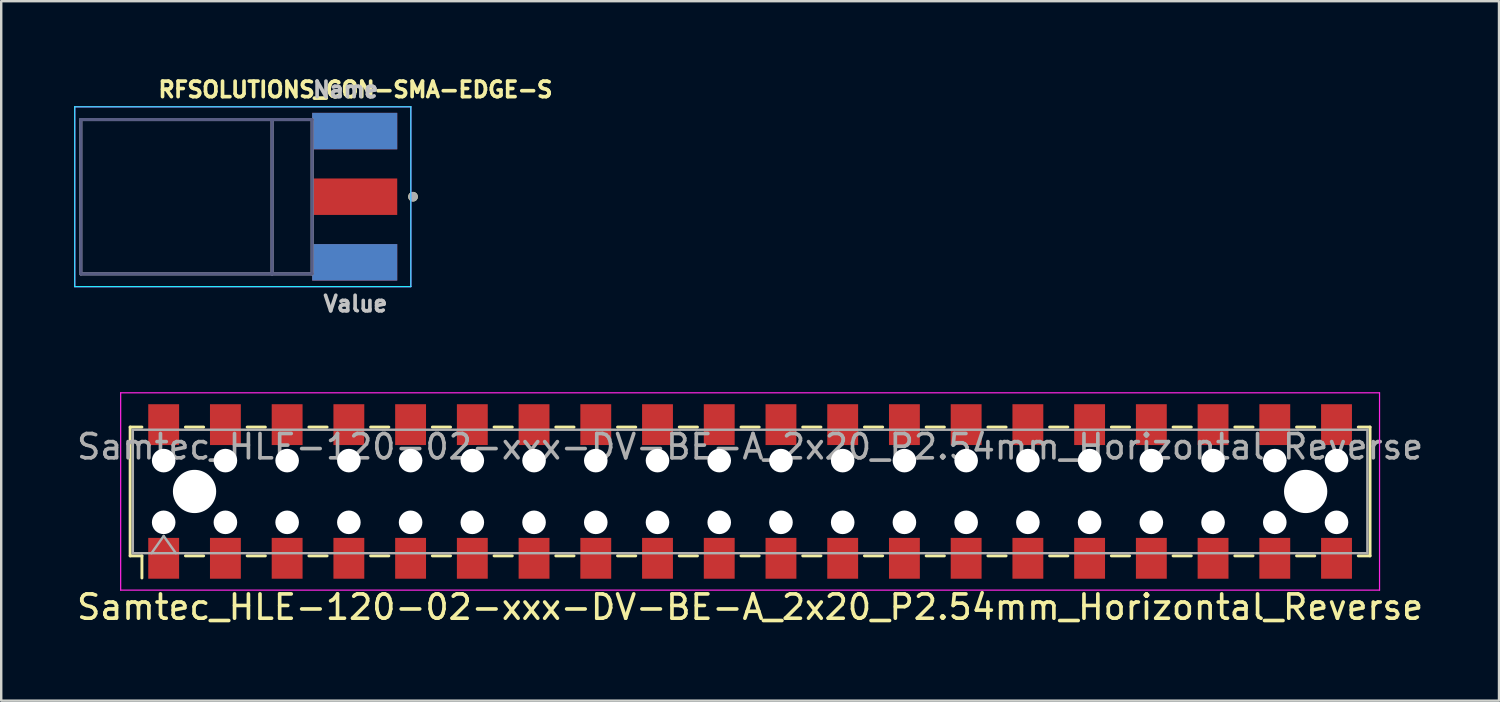
<source format=kicad_pcb>
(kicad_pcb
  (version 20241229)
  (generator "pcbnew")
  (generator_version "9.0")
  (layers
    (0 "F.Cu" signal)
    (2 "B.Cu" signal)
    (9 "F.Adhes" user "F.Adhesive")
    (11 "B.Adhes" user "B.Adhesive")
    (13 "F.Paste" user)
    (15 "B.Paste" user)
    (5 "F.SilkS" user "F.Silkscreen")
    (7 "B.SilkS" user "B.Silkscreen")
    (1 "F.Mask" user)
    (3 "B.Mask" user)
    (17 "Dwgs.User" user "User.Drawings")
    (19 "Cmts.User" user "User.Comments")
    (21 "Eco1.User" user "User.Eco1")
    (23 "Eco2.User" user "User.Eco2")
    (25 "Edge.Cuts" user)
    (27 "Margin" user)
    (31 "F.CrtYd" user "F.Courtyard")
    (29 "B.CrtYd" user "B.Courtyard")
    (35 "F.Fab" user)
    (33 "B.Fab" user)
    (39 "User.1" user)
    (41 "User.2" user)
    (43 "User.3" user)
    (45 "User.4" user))
  (footprint "RFSOLUTIONS_CON-SMA-EDGE-S"
    (layer "F.Cu")
    (at 11.545 5.044)
    (property "Reference" "RFSOLUTIONS_CON-SMA-EDGE-S" (at 0.032 -4.406 0) (layer "F.SilkS") (effects (font (size 0.64 0.64) (thickness 0.15))))
    (attr smd)
    (fp_circle (center 2.4 0) (end 2.5 0) (stroke (width 0.2) (type solid)) (fill no) (layer "F.SilkS"))
    (fp_line (start -11.52 -3.7) (end -11.52 3.7) (stroke (width 0.05) (type solid)) (layer "B.CrtYd"))
    (fp_line (start -11.52 3.7) (end 2.31 3.7) (stroke (width 0.05) (type solid)) (layer "B.CrtYd"))
    (fp_line (start 2.31 -3.7) (end -11.52 -3.7) (stroke (width 0.05) (type solid)) (layer "B.CrtYd"))
    (fp_line (start 2.31 3.7) (end 2.31 -3.7) (stroke (width 0.05) (type solid)) (layer "B.CrtYd"))
    (fp_line (start -11.52 -3.7) (end 2.31 -3.7) (stroke (width 0.05) (type solid)) (layer "F.CrtYd"))
    (fp_line (start -11.52 3.7) (end -11.52 -3.7) (stroke (width 0.05) (type solid)) (layer "F.CrtYd"))
    (fp_line (start 2.31 -3.7) (end 2.31 3.7) (stroke (width 0.05) (type solid)) (layer "F.CrtYd"))
    (fp_line (start 2.31 3.7) (end -11.52 3.7) (stroke (width 0.05) (type solid)) (layer "F.CrtYd"))
    (fp_line (start -11.27 -3.175) (end -3.4 -3.175) (stroke (width 0.127) (type solid)) (layer "B.Fab"))
    (fp_line (start -11.27 3.175) (end -11.27 -3.175) (stroke (width 0.127) (type solid)) (layer "B.Fab"))
    (fp_line (start -3.4 -3.175) (end -3.4 3.175) (stroke (width 0.127) (type solid)) (layer "B.Fab"))
    (fp_line (start -3.4 3.175) (end -11.27 3.175) (stroke (width 0.127) (type solid)) (layer "B.Fab"))
    (fp_line (start -3.4 3.175) (end -1.75 3.175) (stroke (width 0.127) (type solid)) (layer "B.Fab"))
    (fp_line (start -1.75 -3.175) (end -3.4 -3.175) (stroke (width 0.127) (type solid)) (layer "B.Fab"))
    (fp_line (start -1.75 3.175) (end -1.75 -3.175) (stroke (width 0.127) (type solid)) (layer "B.Fab"))
    (fp_line (start -11.27 -3.175) (end -11.27 3.175) (stroke (width 0.127) (type solid)) (layer "F.Fab"))
    (fp_line (start -11.27 3.175) (end -3.4 3.175) (stroke (width 0.127) (type solid)) (layer "F.Fab"))
    (fp_line (start -3.4 -3.175) (end -11.27 -3.175) (stroke (width 0.127) (type solid)) (layer "F.Fab"))
    (fp_line (start -3.4 -3.175) (end -1.75 -3.175) (stroke (width 0.127) (type solid)) (layer "F.Fab"))
    (fp_line (start -3.4 3.175) (end -3.4 -3.175) (stroke (width 0.127) (type solid)) (layer "F.Fab"))
    (fp_line (start -1.75 -3.175) (end -1.75 3.175) (stroke (width 0.127) (type solid)) (layer "F.Fab"))
    (fp_line (start -1.75 3.175) (end -3.4 3.175) (stroke (width 0.127) (type solid)) (layer "F.Fab"))
    (fp_circle (center 2.4 0) (end 2.5 0) (stroke (width 0.2) (type solid)) (fill no) (layer "F.Fab"))
    (fp_text user "Value" (at 0.032 4.406 0) (layer "Dwgs.User") (effects (font (size 0.64 0.64) (thickness 0.15))))
    (fp_text user "Name" (at -0.374 -4.406 0) (layer "Dwgs.User") (effects (font (size 0.64 0.64) (thickness 0.15))))
    (pad "1" smd rect (at 0 0) (size 3.5 1.5) (layers "F.Cu" "F.Mask" "F.Paste"))
    (pad "2" smd rect (at 0 -2.7) (size 3.5 1.5) (layers "F.Cu" "F.Mask" "F.Paste"))
    (pad "2" smd rect (at 0 -2.7) (size 3.5 1.5) (layers "B.Cu" "B.Mask" "B.Paste"))
    (pad "2" smd rect (at 0 2.7) (size 3.5 1.5) (layers "F.Cu" "F.Mask" "F.Paste"))
    (pad "2" smd rect (at 0 2.7) (size 3.5 1.5) (layers "B.Cu" "B.Mask" "B.Paste")))
  (footprint "Samtec_HLE-120-02-xxx-DV-BE-A_2x20_P2.54mm_Horizontal_Reverse"
    (layer "F.Cu")
    (at 27.815 17.173)
    (property "Reference" "Samtec_HLE-120-02-xxx-DV-BE-A_2x20_P2.54mm_Horizontal_Reverse" (at 0 4.76 180) (layer "F.SilkS") (effects (font (size 1 1) (thickness 0.15))))
    (attr smd)
    (fp_line (start -25.51 -2.65) (end -25.025 -2.65) (stroke (width 0.12) (type solid)) (layer "F.SilkS"))
    (fp_line (start -25.51 2.65) (end -25.51 -2.65) (stroke (width 0.12) (type solid)) (layer "F.SilkS"))
    (fp_line (start -25.025 2.65) (end -25.51 2.65) (stroke (width 0.12) (type solid)) (layer "F.SilkS"))
    (fp_line (start -25.025 3.56) (end -25.025 2.65) (stroke (width 0.12) (type solid)) (layer "F.SilkS"))
    (fp_line (start -23.235 -2.65) (end -22.485 -2.65) (stroke (width 0.12) (type solid)) (layer "F.SilkS"))
    (fp_line (start -23.235 2.65) (end -22.485 2.65) (stroke (width 0.12) (type solid)) (layer "F.SilkS"))
    (fp_line (start -20.695 -2.65) (end -19.945 -2.65) (stroke (width 0.12) (type solid)) (layer "F.SilkS"))
    (fp_line (start -20.695 2.65) (end -19.945 2.65) (stroke (width 0.12) (type solid)) (layer "F.SilkS"))
    (fp_line (start -18.155 -2.65) (end -17.405 -2.65) (stroke (width 0.12) (type solid)) (layer "F.SilkS"))
    (fp_line (start -18.155 2.65) (end -17.405 2.65) (stroke (width 0.12) (type solid)) (layer "F.SilkS"))
    (fp_line (start -15.615 -2.65) (end -14.865 -2.65) (stroke (width 0.12) (type solid)) (layer "F.SilkS"))
    (fp_line (start -15.615 2.65) (end -14.865 2.65) (stroke (width 0.12) (type solid)) (layer "F.SilkS"))
    (fp_line (start -13.075 -2.65) (end -12.325 -2.65) (stroke (width 0.12) (type solid)) (layer "F.SilkS"))
    (fp_line (start -13.075 2.65) (end -12.325 2.65) (stroke (width 0.12) (type solid)) (layer "F.SilkS"))
    (fp_line (start -10.535 -2.65) (end -9.785 -2.65) (stroke (width 0.12) (type solid)) (layer "F.SilkS"))
    (fp_line (start -10.535 2.65) (end -9.785 2.65) (stroke (width 0.12) (type solid)) (layer "F.SilkS"))
    (fp_line (start -7.995 -2.65) (end -7.245 -2.65) (stroke (width 0.12) (type solid)) (layer "F.SilkS"))
    (fp_line (start -7.995 2.65) (end -7.245 2.65) (stroke (width 0.12) (type solid)) (layer "F.SilkS"))
    (fp_line (start -5.455 -2.65) (end -4.705 -2.65) (stroke (width 0.12) (type solid)) (layer "F.SilkS"))
    (fp_line (start -5.455 2.65) (end -4.705 2.65) (stroke (width 0.12) (type solid)) (layer "F.SilkS"))
    (fp_line (start -2.915 -2.65) (end -2.165 -2.65) (stroke (width 0.12) (type solid)) (layer "F.SilkS"))
    (fp_line (start -2.915 2.65) (end -2.165 2.65) (stroke (width 0.12) (type solid)) (layer "F.SilkS"))
    (fp_line (start -0.375 -2.65) (end 0.375 -2.65) (stroke (width 0.12) (type solid)) (layer "F.SilkS"))
    (fp_line (start -0.375 2.65) (end 0.375 2.65) (stroke (width 0.12) (type solid)) (layer "F.SilkS"))
    (fp_line (start 2.165 -2.65) (end 2.915 -2.65) (stroke (width 0.12) (type solid)) (layer "F.SilkS"))
    (fp_line (start 2.165 2.65) (end 2.915 2.65) (stroke (width 0.12) (type solid)) (layer "F.SilkS"))
    (fp_line (start 4.705 -2.65) (end 5.455 -2.65) (stroke (width 0.12) (type solid)) (layer "F.SilkS"))
    (fp_line (start 4.705 2.65) (end 5.455 2.65) (stroke (width 0.12) (type solid)) (layer "F.SilkS"))
    (fp_line (start 7.245 -2.65) (end 7.995 -2.65) (stroke (width 0.12) (type solid)) (layer "F.SilkS"))
    (fp_line (start 7.245 2.65) (end 7.995 2.65) (stroke (width 0.12) (type solid)) (layer "F.SilkS"))
    (fp_line (start 9.785 -2.65) (end 10.535 -2.65) (stroke (width 0.12) (type solid)) (layer "F.SilkS"))
    (fp_line (start 9.785 2.65) (end 10.535 2.65) (stroke (width 0.12) (type solid)) (layer "F.SilkS"))
    (fp_line (start 12.325 -2.65) (end 13.075 -2.65) (stroke (width 0.12) (type solid)) (layer "F.SilkS"))
    (fp_line (start 12.325 2.65) (end 13.075 2.65) (stroke (width 0.12) (type solid)) (layer "F.SilkS"))
    (fp_line (start 14.865 -2.65) (end 15.615 -2.65) (stroke (width 0.12) (type solid)) (layer "F.SilkS"))
    (fp_line (start 14.865 2.65) (end 15.615 2.65) (stroke (width 0.12) (type solid)) (layer "F.SilkS"))
    (fp_line (start 17.405 -2.65) (end 18.155 -2.65) (stroke (width 0.12) (type solid)) (layer "F.SilkS"))
    (fp_line (start 17.405 2.65) (end 18.155 2.65) (stroke (width 0.12) (type solid)) (layer "F.SilkS"))
    (fp_line (start 19.945 -2.65) (end 20.695 -2.65) (stroke (width 0.12) (type solid)) (layer "F.SilkS"))
    (fp_line (start 19.945 2.65) (end 20.695 2.65) (stroke (width 0.12) (type solid)) (layer "F.SilkS"))
    (fp_line (start 22.485 -2.65) (end 23.235 -2.65) (stroke (width 0.12) (type solid)) (layer "F.SilkS"))
    (fp_line (start 22.485 2.65) (end 23.235 2.65) (stroke (width 0.12) (type solid)) (layer "F.SilkS"))
    (fp_line (start 25.025 2.65) (end 25.51 2.65) (stroke (width 0.12) (type solid)) (layer "F.SilkS"))
    (fp_line (start 25.51 -2.65) (end 25.025 -2.65) (stroke (width 0.12) (type solid)) (layer "F.SilkS"))
    (fp_line (start 25.51 2.65) (end 25.51 -2.65) (stroke (width 0.12) (type solid)) (layer "F.SilkS"))
    (fp_line (start -25.9 -4.06) (end -25.9 4.06) (stroke (width 0.05) (type solid)) (layer "F.CrtYd"))
    (fp_line (start -25.9 4.06) (end 25.9 4.06) (stroke (width 0.05) (type solid)) (layer "F.CrtYd"))
    (fp_line (start 25.9 -4.06) (end -25.9 -4.06) (stroke (width 0.05) (type solid)) (layer "F.CrtYd"))
    (fp_line (start 25.9 4.06) (end 25.9 -4.06) (stroke (width 0.05) (type solid)) (layer "F.CrtYd"))
    (fp_line (start -25.4 -2.54) (end -25.4 2.54) (stroke (width 0.1) (type solid)) (layer "F.Fab"))
    (fp_line (start -25.4 2.54) (end 25.4 2.54) (stroke (width 0.1) (type solid)) (layer "F.Fab"))
    (fp_line (start -24.63 2.54) (end -24.13 1.833) (stroke (width 0.1) (type solid)) (layer "F.Fab"))
    (fp_line (start -24.13 1.833) (end -23.63 2.54) (stroke (width 0.1) (type solid)) (layer "F.Fab"))
    (fp_line (start 25.4 -2.54) (end -25.4 -2.54) (stroke (width 0.1) (type solid)) (layer "F.Fab"))
    (fp_line (start 25.4 2.54) (end 25.4 -2.54) (stroke (width 0.1) (type solid)) (layer "F.Fab"))
    (fp_text user "${REFERENCE}" (at 0 -1.84 180) (layer "F.Fab") (effects (font (size 1 1) (thickness 0.15))))
    (pad "" np_thru_hole circle (at -24.13 -1.27 180) (size 0.97 0.97) (drill 0.97) (layers "*.Cu" "*.Mask"))
    (pad "" np_thru_hole circle (at -24.13 1.27 180) (size 0.97 0.97) (drill 0.97) (layers "*.Cu" "*.Mask"))
    (pad "" np_thru_hole circle (at -22.86 0 180) (size 1.78 1.78) (drill 1.78) (layers "*.Cu" "*.Mask"))
    (pad "" np_thru_hole circle (at -21.59 -1.27 180) (size 0.97 0.97) (drill 0.97) (layers "*.Cu" "*.Mask"))
    (pad "" np_thru_hole circle (at -21.59 1.27 180) (size 0.97 0.97) (drill 0.97) (layers "*.Cu" "*.Mask"))
    (pad "" np_thru_hole circle (at -19.05 -1.27 180) (size 0.97 0.97) (drill 0.97) (layers "*.Cu" "*.Mask"))
    (pad "" np_thru_hole circle (at -19.05 1.27 180) (size 0.97 0.97) (drill 0.97) (layers "*.Cu" "*.Mask"))
    (pad "" np_thru_hole circle (at -16.51 -1.27 180) (size 0.97 0.97) (drill 0.97) (layers "*.Cu" "*.Mask"))
    (pad "" np_thru_hole circle (at -16.51 1.27 180) (size 0.97 0.97) (drill 0.97) (layers "*.Cu" "*.Mask"))
    (pad "" np_thru_hole circle (at -13.97 -1.27 180) (size 0.97 0.97) (drill 0.97) (layers "*.Cu" "*.Mask"))
    (pad "" np_thru_hole circle (at -13.97 1.27 180) (size 0.97 0.97) (drill 0.97) (layers "*.Cu" "*.Mask"))
    (pad "" np_thru_hole circle (at -11.43 -1.27 180) (size 0.97 0.97) (drill 0.97) (layers "*.Cu" "*.Mask"))
    (pad "" np_thru_hole circle (at -11.43 1.27 180) (size 0.97 0.97) (drill 0.97) (layers "*.Cu" "*.Mask"))
    (pad "" np_thru_hole circle (at -8.89 -1.27 180) (size 0.97 0.97) (drill 0.97) (layers "*.Cu" "*.Mask"))
    (pad "" np_thru_hole circle (at -8.89 1.27 180) (size 0.97 0.97) (drill 0.97) (layers "*.Cu" "*.Mask"))
    (pad "" np_thru_hole circle (at -6.35 -1.27 180) (size 0.97 0.97) (drill 0.97) (layers "*.Cu" "*.Mask"))
    (pad "" np_thru_hole circle (at -6.35 1.27 180) (size 0.97 0.97) (drill 0.97) (layers "*.Cu" "*.Mask"))
    (pad "" np_thru_hole circle (at -3.81 -1.27 180) (size 0.97 0.97) (drill 0.97) (layers "*.Cu" "*.Mask"))
    (pad "" np_thru_hole circle (at -3.81 1.27 180) (size 0.97 0.97) (drill 0.97) (layers "*.Cu" "*.Mask"))
    (pad "" np_thru_hole circle (at -1.27 -1.27 180) (size 0.97 0.97) (drill 0.97) (layers "*.Cu" "*.Mask"))
    (pad "" np_thru_hole circle (at -1.27 1.27 180) (size 0.97 0.97) (drill 0.97) (layers "*.Cu" "*.Mask"))
    (pad "" np_thru_hole circle (at 1.27 -1.27 180) (size 0.97 0.97) (drill 0.97) (layers "*.Cu" "*.Mask"))
    (pad "" np_thru_hole circle (at 1.27 1.27 180) (size 0.97 0.97) (drill 0.97) (layers "*.Cu" "*.Mask"))
    (pad "" np_thru_hole circle (at 3.81 -1.27 180) (size 0.97 0.97) (drill 0.97) (layers "*.Cu" "*.Mask"))
    (pad "" np_thru_hole circle (at 3.81 1.27 180) (size 0.97 0.97) (drill 0.97) (layers "*.Cu" "*.Mask"))
    (pad "" np_thru_hole circle (at 6.35 -1.27 180) (size 0.97 0.97) (drill 0.97) (layers "*.Cu" "*.Mask"))
    (pad "" np_thru_hole circle (at 6.35 1.27 180) (size 0.97 0.97) (drill 0.97) (layers "*.Cu" "*.Mask"))
    (pad "" np_thru_hole circle (at 8.89 -1.27 180) (size 0.97 0.97) (drill 0.97) (layers "*.Cu" "*.Mask"))
    (pad "" np_thru_hole circle (at 8.89 1.27 180) (size 0.97 0.97) (drill 0.97) (layers "*.Cu" "*.Mask"))
    (pad "" np_thru_hole circle (at 11.43 -1.27 180) (size 0.97 0.97) (drill 0.97) (layers "*.Cu" "*.Mask"))
    (pad "" np_thru_hole circle (at 11.43 1.27 180) (size 0.97 0.97) (drill 0.97) (layers "*.Cu" "*.Mask"))
    (pad "" np_thru_hole circle (at 13.97 -1.27 180) (size 0.97 0.97) (drill 0.97) (layers "*.Cu" "*.Mask"))
    (pad "" np_thru_hole circle (at 13.97 1.27 180) (size 0.97 0.97) (drill 0.97) (layers "*.Cu" "*.Mask"))
    (pad "" np_thru_hole circle (at 16.51 -1.27 180) (size 0.97 0.97) (drill 0.97) (layers "*.Cu" "*.Mask"))
    (pad "" np_thru_hole circle (at 16.51 1.27 180) (size 0.97 0.97) (drill 0.97) (layers "*.Cu" "*.Mask"))
    (pad "" np_thru_hole circle (at 19.05 -1.27 180) (size 0.97 0.97) (drill 0.97) (layers "*.Cu" "*.Mask"))
    (pad "" np_thru_hole circle (at 19.05 1.27 180) (size 0.97 0.97) (drill 0.97) (layers "*.Cu" "*.Mask"))
    (pad "" np_thru_hole circle (at 21.59 -1.27 180) (size 0.97 0.97) (drill 0.97) (layers "*.Cu" "*.Mask"))
    (pad "" np_thru_hole circle (at 21.59 1.27 180) (size 0.97 0.97) (drill 0.97) (layers "*.Cu" "*.Mask"))
    (pad "" np_thru_hole circle (at 22.86 0 180) (size 1.78 1.78) (drill 1.78) (layers "*.Cu" "*.Mask"))
    (pad "" np_thru_hole circle (at 24.13 -1.27 180) (size 0.97 0.97) (drill 0.97) (layers "*.Cu" "*.Mask"))
    (pad "" np_thru_hole circle (at 24.13 1.27 180) (size 0.97 0.97) (drill 0.97) (layers "*.Cu" "*.Mask"))
    (pad "1" smd rect (at -24.13 2.75 180) (size 1.27 1.68) (layers "F.Cu" "F.Mask" "F.Paste"))
    (pad "2" smd rect (at -24.13 -2.75 180) (size 1.27 1.68) (layers "F.Cu" "F.Mask" "F.Paste"))
    (pad "3" smd rect (at -21.59 2.75 180) (size 1.27 1.68) (layers "F.Cu" "F.Mask" "F.Paste"))
    (pad "4" smd rect (at -21.59 -2.75 180) (size 1.27 1.68) (layers "F.Cu" "F.Mask" "F.Paste"))
    (pad "5" smd rect (at -19.05 2.75 180) (size 1.27 1.68) (layers "F.Cu" "F.Mask" "F.Paste"))
    (pad "6" smd rect (at -19.05 -2.75 180) (size 1.27 1.68) (layers "F.Cu" "F.Mask" "F.Paste"))
    (pad "7" smd rect (at -16.51 2.75 180) (size 1.27 1.68) (layers "F.Cu" "F.Mask" "F.Paste"))
    (pad "8" smd rect (at -16.51 -2.75 180) (size 1.27 1.68) (layers "F.Cu" "F.Mask" "F.Paste"))
    (pad "9" smd rect (at -13.97 2.75 180) (size 1.27 1.68) (layers "F.Cu" "F.Mask" "F.Paste"))
    (pad "10" smd rect (at -13.97 -2.75 180) (size 1.27 1.68) (layers "F.Cu" "F.Mask" "F.Paste"))
    (pad "11" smd rect (at -11.43 2.75 180) (size 1.27 1.68) (layers "F.Cu" "F.Mask" "F.Paste"))
    (pad "12" smd rect (at -11.43 -2.75 180) (size 1.27 1.68) (layers "F.Cu" "F.Mask" "F.Paste"))
    (pad "13" smd rect (at -8.89 2.75 180) (size 1.27 1.68) (layers "F.Cu" "F.Mask" "F.Paste"))
    (pad "14" smd rect (at -8.89 -2.75 180) (size 1.27 1.68) (layers "F.Cu" "F.Mask" "F.Paste"))
    (pad "15" smd rect (at -6.35 2.75 180) (size 1.27 1.68) (layers "F.Cu" "F.Mask" "F.Paste"))
    (pad "16" smd rect (at -6.35 -2.75 180) (size 1.27 1.68) (layers "F.Cu" "F.Mask" "F.Paste"))
    (pad "17" smd rect (at -3.81 2.75 180) (size 1.27 1.68) (layers "F.Cu" "F.Mask" "F.Paste"))
    (pad "18" smd rect (at -3.81 -2.75 180) (size 1.27 1.68) (layers "F.Cu" "F.Mask" "F.Paste"))
    (pad "19" smd rect (at -1.27 2.75 180) (size 1.27 1.68) (layers "F.Cu" "F.Mask" "F.Paste"))
    (pad "20" smd rect (at -1.27 -2.75 180) (size 1.27 1.68) (layers "F.Cu" "F.Mask" "F.Paste"))
    (pad "21" smd rect (at 1.27 2.75 180) (size 1.27 1.68) (layers "F.Cu" "F.Mask" "F.Paste"))
    (pad "22" smd rect (at 1.27 -2.75 180) (size 1.27 1.68) (layers "F.Cu" "F.Mask" "F.Paste"))
    (pad "23" smd rect (at 3.81 2.75 180) (size 1.27 1.68) (layers "F.Cu" "F.Mask" "F.Paste"))
    (pad "24" smd rect (at 3.81 -2.75 180) (size 1.27 1.68) (layers "F.Cu" "F.Mask" "F.Paste"))
    (pad "25" smd rect (at 6.35 2.75 180) (size 1.27 1.68) (layers "F.Cu" "F.Mask" "F.Paste"))
    (pad "26" smd rect (at 6.35 -2.75 180) (size 1.27 1.68) (layers "F.Cu" "F.Mask" "F.Paste"))
    (pad "27" smd rect (at 8.89 2.75 180) (size 1.27 1.68) (layers "F.Cu" "F.Mask" "F.Paste"))
    (pad "28" smd rect (at 8.89 -2.75 180) (size 1.27 1.68) (layers "F.Cu" "F.Mask" "F.Paste"))
    (pad "29" smd rect (at 11.43 2.75 180) (size 1.27 1.68) (layers "F.Cu" "F.Mask" "F.Paste"))
    (pad "30" smd rect (at 11.43 -2.75 180) (size 1.27 1.68) (layers "F.Cu" "F.Mask" "F.Paste"))
    (pad "31" smd rect (at 13.97 2.75 180) (size 1.27 1.68) (layers "F.Cu" "F.Mask" "F.Paste"))
    (pad "32" smd rect (at 13.97 -2.75 180) (size 1.27 1.68) (layers "F.Cu" "F.Mask" "F.Paste"))
    (pad "33" smd rect (at 16.51 2.75 180) (size 1.27 1.68) (layers "F.Cu" "F.Mask" "F.Paste"))
    (pad "34" smd rect (at 16.51 -2.75 180) (size 1.27 1.68) (layers "F.Cu" "F.Mask" "F.Paste"))
    (pad "35" smd rect (at 19.05 2.75 180) (size 1.27 1.68) (layers "F.Cu" "F.Mask" "F.Paste"))
    (pad "36" smd rect (at 19.05 -2.75 180) (size 1.27 1.68) (layers "F.Cu" "F.Mask" "F.Paste"))
    (pad "37" smd rect (at 21.59 2.75 180) (size 1.27 1.68) (layers "F.Cu" "F.Mask" "F.Paste"))
    (pad "38" smd rect (at 21.59 -2.75 180) (size 1.27 1.68) (layers "F.Cu" "F.Mask" "F.Paste"))
    (pad "39" smd rect (at 24.13 2.75 180) (size 1.27 1.68) (layers "F.Cu" "F.Mask" "F.Paste"))
    (pad "40" smd rect (at 24.13 -2.75 180) (size 1.27 1.68) (layers "F.Cu" "F.Mask" "F.Paste")))
  (gr_rect
    (start -3 -3)
    (end 58.631 25.781)
    (stroke (width 0.1) (type default))
    (fill no)
    (layer "Edge.Cuts")))
</source>
